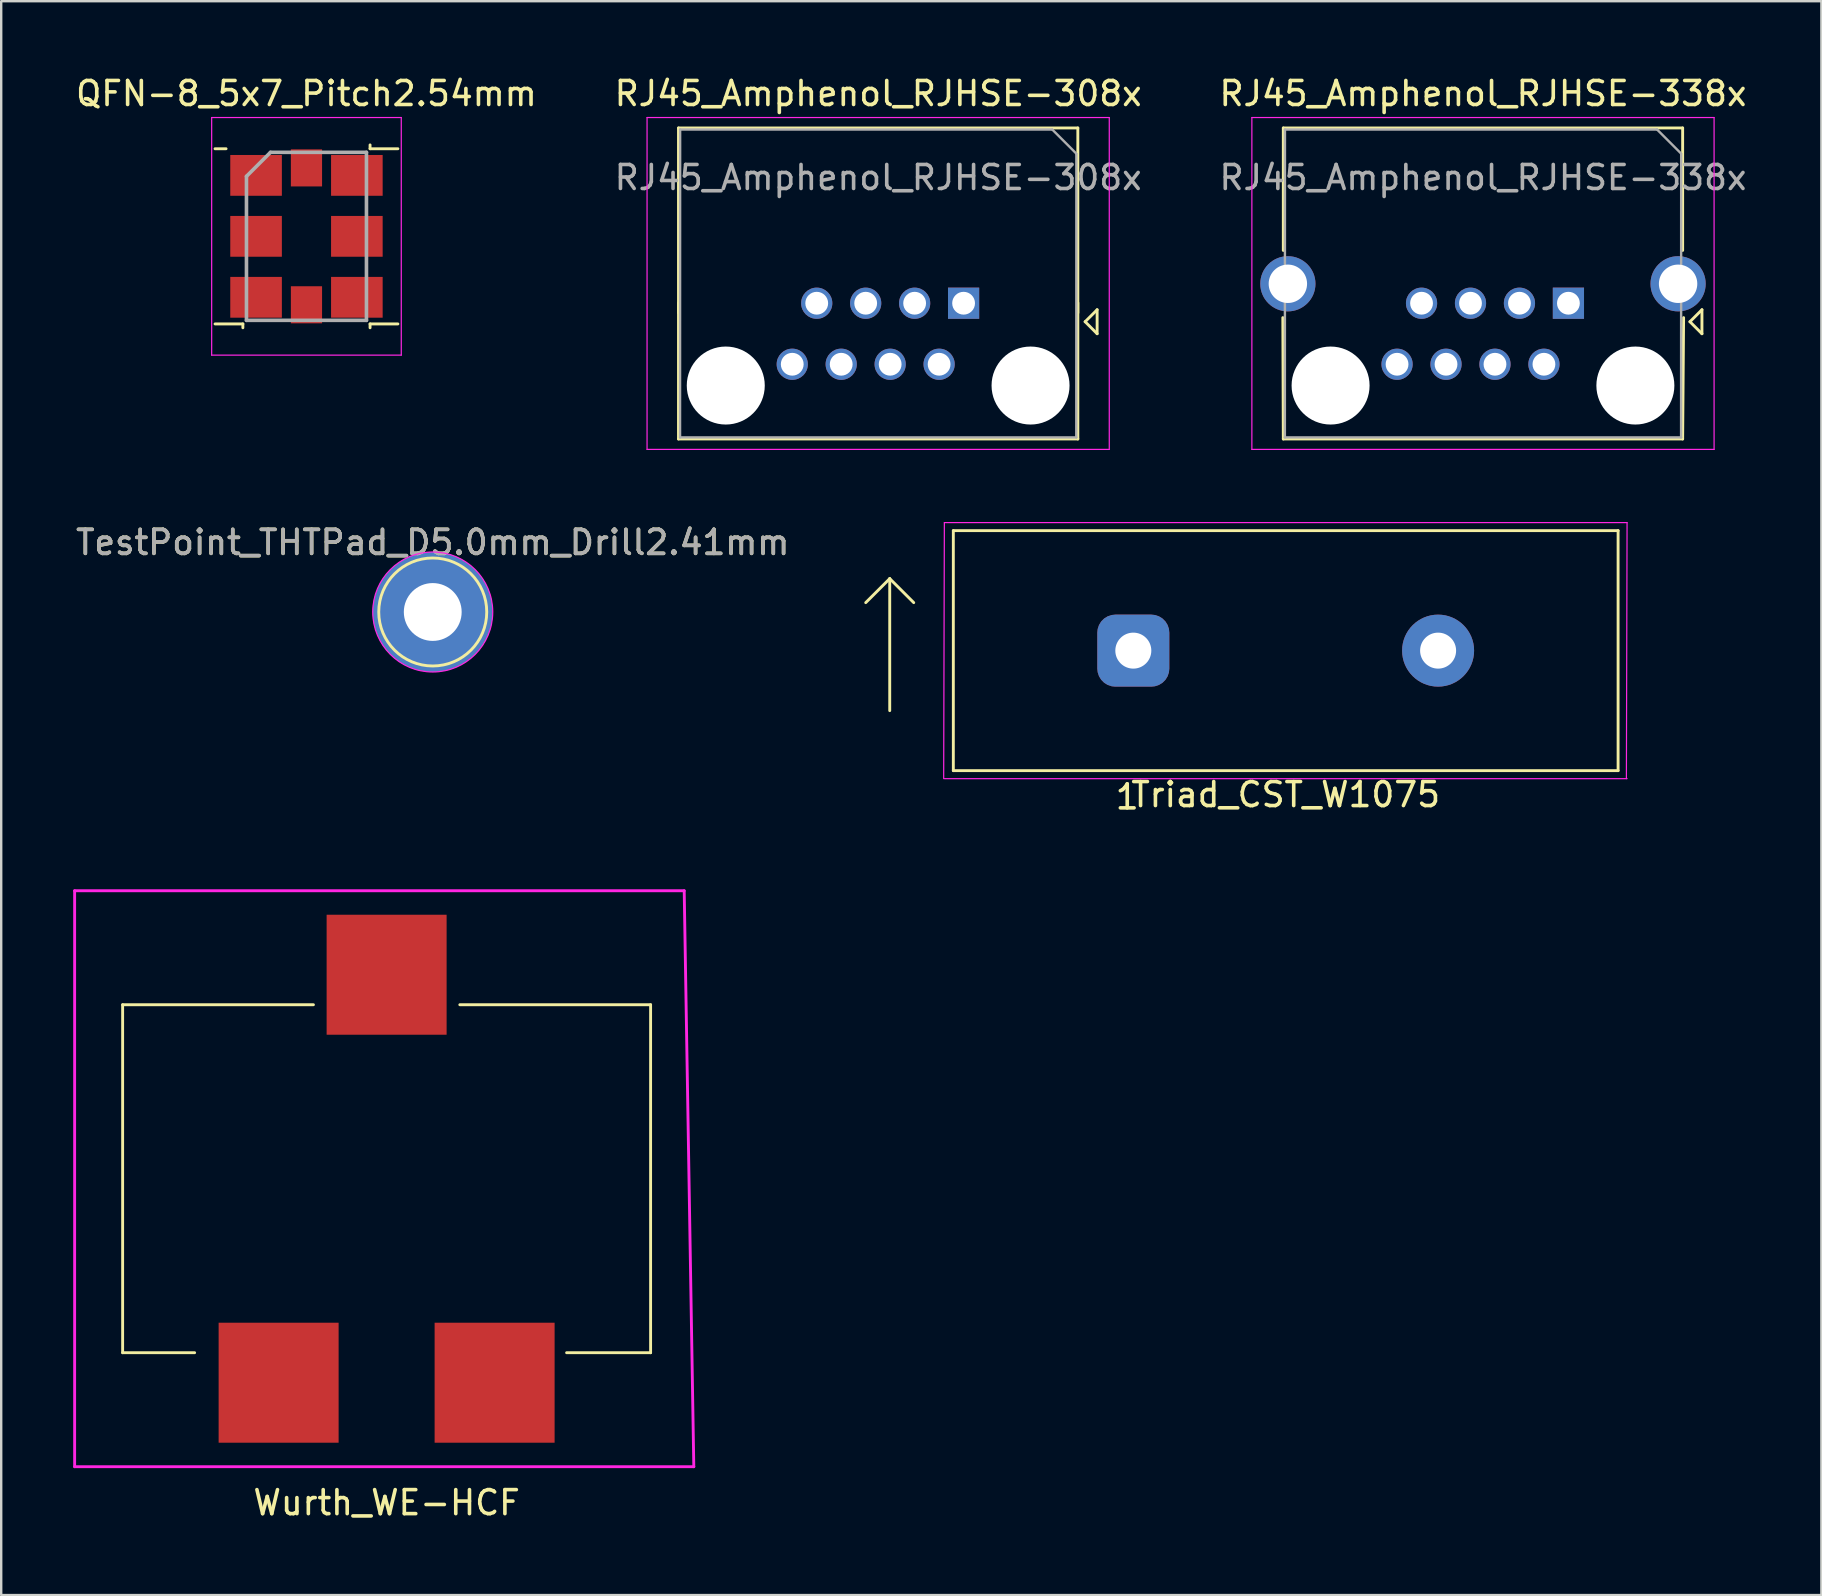
<source format=kicad_pcb>
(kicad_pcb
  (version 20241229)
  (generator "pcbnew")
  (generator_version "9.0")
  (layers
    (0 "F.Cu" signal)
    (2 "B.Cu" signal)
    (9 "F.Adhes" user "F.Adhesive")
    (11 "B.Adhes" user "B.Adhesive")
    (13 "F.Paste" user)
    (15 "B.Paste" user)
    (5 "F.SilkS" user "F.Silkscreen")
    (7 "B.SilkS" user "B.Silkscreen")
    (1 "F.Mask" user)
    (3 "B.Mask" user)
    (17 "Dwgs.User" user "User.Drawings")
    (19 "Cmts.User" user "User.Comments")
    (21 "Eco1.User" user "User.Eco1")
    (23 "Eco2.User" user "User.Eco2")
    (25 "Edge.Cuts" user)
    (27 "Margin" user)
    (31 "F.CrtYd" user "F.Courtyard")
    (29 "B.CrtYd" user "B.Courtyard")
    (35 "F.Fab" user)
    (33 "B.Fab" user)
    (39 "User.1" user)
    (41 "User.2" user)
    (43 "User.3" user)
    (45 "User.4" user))
  (footprint "QFN-8_5x7_Pitch2.54mm"
    (layer "F.Cu")
    (at 9.72 6.798)
    (property "Reference" "QFN-8_5x7_Pitch2.54mm" (at 0 -5.95 0) (layer "F.SilkS") (effects (font (size 1 1) (thickness 0.15))))
    (attr smd)
    (fp_line (start -3.81 -3.65) (end -3.35 -3.65) (stroke (width 0.12) (type solid)) (layer "F.SilkS"))
    (fp_line (start -3.81 3.65) (end -2.65 3.65) (stroke (width 0.12) (type solid)) (layer "F.SilkS"))
    (fp_line (start -2.65 3.65) (end -2.65 3.81) (stroke (width 0.12) (type solid)) (layer "F.SilkS"))
    (fp_line (start 2.65 -3.65) (end 2.65 -3.81) (stroke (width 0.12) (type solid)) (layer "F.SilkS"))
    (fp_line (start 2.65 3.65) (end 2.65 3.81) (stroke (width 0.12) (type solid)) (layer "F.SilkS"))
    (fp_line (start 3.81 -3.65) (end 2.65 -3.65) (stroke (width 0.12) (type solid)) (layer "F.SilkS"))
    (fp_line (start 3.81 3.65) (end 2.65 3.65) (stroke (width 0.12) (type solid)) (layer "F.SilkS"))
    (fp_line (start -3.95 -4.95) (end 3.95 -4.95) (stroke (width 0.05) (type solid)) (layer "F.CrtYd"))
    (fp_line (start -3.95 4.95) (end -3.95 -4.95) (stroke (width 0.05) (type solid)) (layer "F.CrtYd"))
    (fp_line (start 3.95 -4.95) (end 3.95 4.95) (stroke (width 0.05) (type solid)) (layer "F.CrtYd"))
    (fp_line (start 3.95 4.95) (end -3.95 4.95) (stroke (width 0.05) (type solid)) (layer "F.CrtYd"))
    (fp_line (start -2.5 -2.5) (end -2.5 3.5) (stroke (width 0.15) (type solid)) (layer "F.Fab"))
    (fp_line (start -2.5 3.5) (end 2.5 3.5) (stroke (width 0.15) (type solid)) (layer "F.Fab"))
    (fp_line (start -1.5 -3.5) (end -2.5 -2.5) (stroke (width 0.15) (type solid)) (layer "F.Fab"))
    (fp_line (start 2.5 -3.5) (end -1.5 -3.5) (stroke (width 0.15) (type solid)) (layer "F.Fab"))
    (fp_line (start 2.5 3.5) (end 2.5 -3.5) (stroke (width 0.15) (type solid)) (layer "F.Fab"))
    (pad "1" smd rect (at -2.1 -2.54 90) (size 1.7 2.15) (layers "F.Cu" "F.Mask" "F.Paste"))
    (pad "2" smd rect (at -2.1 0 90) (size 1.7 2.15) (layers "F.Cu" "F.Mask" "F.Paste"))
    (pad "3" smd rect (at -2.1 2.54 90) (size 1.7 2.15) (layers "F.Cu" "F.Mask" "F.Paste"))
    (pad "4" smd rect (at 2.1 2.54 90) (size 1.7 2.15) (layers "F.Cu" "F.Mask" "F.Paste"))
    (pad "5" smd rect (at 2.1 0 90) (size 1.7 2.15) (layers "F.Cu" "F.Mask" "F.Paste"))
    (pad "6" smd rect (at 2.1 -2.54 90) (size 1.7 2.15) (layers "F.Cu" "F.Mask" "F.Paste"))
    (pad "7" smd rect (at 0 -2.852 90) (size 1.545 1.3) (layers "F.Cu" "F.Mask" "F.Paste"))
    (pad "8" smd rect (at 0 2.852 90) (size 1.545 1.3) (layers "F.Cu" "F.Mask" "F.Paste")))
  (footprint "RJ45_Amphenol_RJHSE-338x"
    (layer "F.Cu")
    (at 62.304 9.585)
    (property "Reference" "RJ45_Amphenol_RJHSE-338x" (at -3.56 -8.737 0) (layer "F.SilkS") (effects (font (size 1 1) (thickness 0.15))))
    (attr through_hole)
    (fp_line (start -11.88 -7.302) (end -11.88 -2.2) (stroke (width 0.12) (type solid)) (layer "F.SilkS"))
    (fp_line (start -11.88 5.657) (end -11.9 0.6) (stroke (width 0.12) (type solid)) (layer "F.SilkS"))
    (fp_line (start 4.76 -7.302) (end -11.88 -7.302) (stroke (width 0.12) (type solid)) (layer "F.SilkS"))
    (fp_line (start 4.76 -7.302) (end 4.76 -2.2) (stroke (width 0.12) (type solid)) (layer "F.SilkS"))
    (fp_line (start 4.76 5.657) (end -11.88 5.657) (stroke (width 0.12) (type solid)) (layer "F.SilkS"))
    (fp_line (start 4.76 5.657) (end 4.8 0.6) (stroke (width 0.12) (type solid)) (layer "F.SilkS"))
    (fp_line (start 5.064 0.771) (end 5.564 1.271) (stroke (width 0.12) (type solid)) (layer "F.SilkS"))
    (fp_line (start 5.564 0.271) (end 5.064 0.771) (stroke (width 0.12) (type solid)) (layer "F.SilkS"))
    (fp_line (start 5.564 1.271) (end 5.564 0.271) (stroke (width 0.12) (type solid)) (layer "F.SilkS"))
    (fp_line (start -13.19 -7.737) (end -13.19 6.092) (stroke (width 0.05) (type solid)) (layer "F.CrtYd"))
    (fp_line (start 6.07 -7.737) (end -13.19 -7.737) (stroke (width 0.05) (type solid)) (layer "F.CrtYd"))
    (fp_line (start 6.07 -7.737) (end 6.07 6.092) (stroke (width 0.05) (type solid)) (layer "F.CrtYd"))
    (fp_line (start 6.07 6.092) (end -13.19 6.092) (stroke (width 0.05) (type solid)) (layer "F.CrtYd"))
    (fp_line (start -11.811 -7.238) (end -11.815 5.592) (stroke (width 0.1) (type solid)) (layer "F.Fab"))
    (fp_line (start 3.695 -7.237) (end -11.815 -7.237) (stroke (width 0.1) (type solid)) (layer "F.Fab"))
    (fp_line (start 4.695 -6.237) (end 3.695 -7.237) (stroke (width 0.1) (type solid)) (layer "F.Fab"))
    (fp_line (start 4.695 5.592) (end -11.815 5.592) (stroke (width 0.1) (type solid)) (layer "F.Fab"))
    (fp_line (start 4.699 -6.222) (end 4.695 5.592) (stroke (width 0.1) (type solid)) (layer "F.Fab"))
    (fp_text user "${REFERENCE}" (at -3.56 -5.237 0) (layer "F.Fab") (effects (font (size 1 1) (thickness 0.15))))
    (pad "" np_thru_hole circle (at -9.91 3.43) (size 3.25 3.25) (drill 3.25) (layers "*.Cu" "*.Mask"))
    (pad "" np_thru_hole circle (at 2.79 3.43) (size 3.25 3.25) (drill 3.25) (layers "*.Cu" "*.Mask"))
    (pad "1" thru_hole rect (at 0 0) (size 1.3 1.3) (drill 0.95) (layers "*.Cu" "*.Mask"))
    (pad "2" thru_hole circle (at -1.02 2.543) (size 1.3 1.3) (drill 0.95) (layers "*.Cu" "*.Mask"))
    (pad "3" thru_hole circle (at -2.04 0) (size 1.3 1.3) (drill 0.95) (layers "*.Cu" "*.Mask"))
    (pad "4" thru_hole circle (at -3.06 2.543) (size 1.3 1.3) (drill 0.95) (layers "*.Cu" "*.Mask"))
    (pad "5" thru_hole circle (at -4.08 0) (size 1.3 1.3) (drill 0.95) (layers "*.Cu" "*.Mask"))
    (pad "6" thru_hole circle (at -5.1 2.543) (size 1.3 1.3) (drill 0.95) (layers "*.Cu" "*.Mask"))
    (pad "7" thru_hole circle (at -6.12 0) (size 1.3 1.3) (drill 0.95) (layers "*.Cu" "*.Mask"))
    (pad "8" thru_hole circle (at -7.14 2.543) (size 1.3 1.3) (drill 0.95) (layers "*.Cu" "*.Mask"))
    (pad "SH" thru_hole circle (at -11.69 -0.81) (size 2.3 2.3) (drill 1.6) (layers "*.Cu" "*.Mask"))
    (pad "SH" thru_hole circle (at 4.57 -0.81) (size 2.3 2.3) (drill 1.6) (layers "*.Cu" "*.Mask")))
  (footprint "TestPoint_THTPad_D5.0mm_Drill2.41mm"
    (layer "F.Cu")
    (at 14.982 22.451)
    (property "Reference" "TestPoint_THTPad_D5.0mm_Drill2.41mm" (at 0 -2.898 0) (layer "F.SilkS") (effects (font (size 1 1) (thickness 0.15))))
    (attr exclude_from_pos_files exclude_from_bom)
    (fp_circle (center 0 0) (end 0 2.25) (stroke (width 0.12) (type solid)) (fill no) (layer "F.SilkS"))
    (fp_circle (center 0 0) (end 2.5 0) (stroke (width 0.05) (type solid)) (fill no) (layer "F.CrtYd"))
    (fp_text user "${REFERENCE}" (at 0 -2.9 0) (layer "F.Fab") (effects (font (size 1 1) (thickness 0.15))))
    (pad "1" thru_hole circle (at 0 0) (size 5 5) (drill 2.41) (layers "*.Cu" "*.Mask")))
  (footprint "Wurth_WE-HCF"
    (layer "F.Cu")
    (at 13.06 46.066)
    (property "Reference" "Wurth_WE-HCF" (at 0 13.5 0) (layer "F.SilkS") (effects (font (size 1 1) (thickness 0.15))))
    (attr through_hole)
    (fp_line (start -11 -7.25) (end -11 7.25) (stroke (width 0.12) (type solid)) (layer "F.SilkS"))
    (fp_line (start -11 -7.25) (end -3.05 -7.25) (stroke (width 0.12) (type solid)) (layer "F.SilkS"))
    (fp_line (start -11 7.25) (end -8 7.25) (stroke (width 0.12) (type solid)) (layer "F.SilkS"))
    (fp_line (start 3.05 -7.25) (end 11 -7.25) (stroke (width 0.12) (type solid)) (layer "F.SilkS"))
    (fp_line (start 7.5 7.25) (end 11 7.25) (stroke (width 0.12) (type solid)) (layer "F.SilkS"))
    (fp_line (start 11 -7.25) (end 11 7.25) (stroke (width 0.12) (type solid)) (layer "F.SilkS"))
    (fp_line (start -13 -12) (end -13 12) (stroke (width 0.12) (type solid)) (layer "F.CrtYd"))
    (fp_line (start -13 12) (end 12.8 12) (stroke (width 0.12) (type solid)) (layer "F.CrtYd"))
    (fp_line (start 12.4 -12) (end -13 -12) (stroke (width 0.12) (type solid)) (layer "F.CrtYd"))
    (fp_line (start 12.8 12) (end 12.4 -12) (stroke (width 0.12) (type solid)) (layer "F.CrtYd"))
    (pad "1" smd rect (at -4.5 8.5) (size 5 5) (layers "F.Cu" "F.Mask" "F.Paste"))
    (pad "2" smd rect (at 4.5 8.5) (size 5 5) (layers "F.Cu" "F.Mask" "F.Paste"))
    (pad "3" smd rect (at 0 -8.5) (size 5 5) (layers "F.Cu" "F.Mask" "F.Paste")))
  (footprint "Triad_CST_W1075"
    (layer "F.Cu")
    (at 50.524 24.061)
    (property "Reference" "Triad_CST_W1075" (at 0 6 0) (layer "F.SilkS") (effects (font (size 1 1) (thickness 0.15))))
    (attr through_hole)
    (fp_line (start -16.5 -3) (end -17.5 -2) (stroke (width 0.12) (type solid)) (layer "F.SilkS"))
    (fp_line (start -16.5 -3) (end -15.5 -2) (stroke (width 0.12) (type solid)) (layer "F.SilkS"))
    (fp_line (start -16.5 2.5) (end -16.5 -3) (stroke (width 0.12) (type solid)) (layer "F.SilkS"))
    (fp_line (start -13.85 -5) (end 13.85 -5) (stroke (width 0.12) (type solid)) (layer "F.SilkS"))
    (fp_line (start -13.85 5) (end -13.85 -5) (stroke (width 0.12) (type solid)) (layer "F.SilkS"))
    (fp_line (start 13.85 -5) (end 13.85 5) (stroke (width 0.12) (type solid)) (layer "F.SilkS"))
    (fp_line (start 13.85 5) (end -13.85 5) (stroke (width 0.12) (type solid)) (layer "F.SilkS"))
    (fp_line (start -14.224 -5.334) (end -14.252 5.334) (stroke (width 0.05) (type solid)) (layer "F.CrtYd"))
    (fp_line (start -14.224 -5.334) (end 14.224 -5.334) (stroke (width 0.05) (type solid)) (layer "F.CrtYd"))
    (fp_line (start -14.224 5.334) (end 14.224 5.334) (stroke (width 0.05) (type solid)) (layer "F.CrtYd"))
    (fp_line (start 14.224 -5.334) (end 14.196 5.334) (stroke (width 0.05) (type solid)) (layer "F.CrtYd"))
    (fp_text user "1" (at -6.604 6.096 0) (layer "F.SilkS") (effects (font (size 1 1) (thickness 0.15))))
    (pad "1" thru_hole roundrect (at -6.35 0) (size 3 3) (drill 1.5) (layers "*.Cu" "*.Mask") (roundrect_rratio 0.25))
    (pad "2" thru_hole circle (at 6.35 0) (size 3 3) (drill 1.5) (layers "*.Cu" "*.Mask")))
  (footprint "RJ45_Amphenol_RJHSE-308x"
    (layer "F.Cu")
    (at 37.102 9.585)
    (property "Reference" "RJ45_Amphenol_RJHSE-308x" (at -3.56 -8.737 0) (layer "F.SilkS") (effects (font (size 1 1) (thickness 0.15))))
    (attr through_hole)
    (fp_line (start -11.88 -7.302) (end -11.88 0.403) (stroke (width 0.12) (type solid)) (layer "F.SilkS"))
    (fp_line (start -11.88 5.657) (end -11.88 -0.018) (stroke (width 0.12) (type solid)) (layer "F.SilkS"))
    (fp_line (start 4.76 -7.302) (end -11.88 -7.302) (stroke (width 0.12) (type solid)) (layer "F.SilkS"))
    (fp_line (start 4.76 -7.302) (end 4.76 0.403) (stroke (width 0.12) (type solid)) (layer "F.SilkS"))
    (fp_line (start 4.76 5.657) (end -11.88 5.657) (stroke (width 0.12) (type solid)) (layer "F.SilkS"))
    (fp_line (start 4.76 5.657) (end 4.76 -0.018) (stroke (width 0.12) (type solid)) (layer "F.SilkS"))
    (fp_line (start 5.064 0.771) (end 5.564 1.271) (stroke (width 0.12) (type solid)) (layer "F.SilkS"))
    (fp_line (start 5.564 0.271) (end 5.064 0.771) (stroke (width 0.12) (type solid)) (layer "F.SilkS"))
    (fp_line (start 5.564 1.271) (end 5.564 0.271) (stroke (width 0.12) (type solid)) (layer "F.SilkS"))
    (fp_line (start -13.19 -7.737) (end -13.19 6.092) (stroke (width 0.05) (type solid)) (layer "F.CrtYd"))
    (fp_line (start 6.07 -7.737) (end -13.19 -7.737) (stroke (width 0.05) (type solid)) (layer "F.CrtYd"))
    (fp_line (start 6.07 -7.737) (end 6.07 6.092) (stroke (width 0.05) (type solid)) (layer "F.CrtYd"))
    (fp_line (start 6.07 6.092) (end -13.19 6.092) (stroke (width 0.05) (type solid)) (layer "F.CrtYd"))
    (fp_line (start -11.811 -7.238) (end -11.815 5.592) (stroke (width 0.1) (type solid)) (layer "F.Fab"))
    (fp_line (start 3.695 -7.237) (end -11.815 -7.237) (stroke (width 0.1) (type solid)) (layer "F.Fab"))
    (fp_line (start 4.695 -6.237) (end 3.695 -7.237) (stroke (width 0.1) (type solid)) (layer "F.Fab"))
    (fp_line (start 4.695 5.592) (end -11.815 5.592) (stroke (width 0.1) (type solid)) (layer "F.Fab"))
    (fp_line (start 4.699 -6.222) (end 4.695 5.592) (stroke (width 0.1) (type solid)) (layer "F.Fab"))
    (fp_text user "${REFERENCE}" (at -3.56 -5.237 0) (layer "F.Fab") (effects (font (size 1 1) (thickness 0.15))))
    (pad "" np_thru_hole circle (at -9.91 3.43) (size 3.25 3.25) (drill 3.25) (layers "*.Cu" "*.Mask"))
    (pad "" np_thru_hole circle (at 2.79 3.43) (size 3.25 3.25) (drill 3.25) (layers "*.Cu" "*.Mask"))
    (pad "1" thru_hole rect (at 0 0) (size 1.3 1.3) (drill 0.95) (layers "*.Cu" "*.Mask"))
    (pad "2" thru_hole circle (at -1.02 2.543) (size 1.3 1.3) (drill 0.95) (layers "*.Cu" "*.Mask"))
    (pad "3" thru_hole circle (at -2.04 0) (size 1.3 1.3) (drill 0.95) (layers "*.Cu" "*.Mask"))
    (pad "4" thru_hole circle (at -3.06 2.543) (size 1.3 1.3) (drill 0.95) (layers "*.Cu" "*.Mask"))
    (pad "5" thru_hole circle (at -4.08 0) (size 1.3 1.3) (drill 0.95) (layers "*.Cu" "*.Mask"))
    (pad "6" thru_hole circle (at -5.1 2.543) (size 1.3 1.3) (drill 0.95) (layers "*.Cu" "*.Mask"))
    (pad "7" thru_hole circle (at -6.12 0) (size 1.3 1.3) (drill 0.95) (layers "*.Cu" "*.Mask"))
    (pad "8" thru_hole circle (at -7.14 2.543) (size 1.3 1.3) (drill 0.95) (layers "*.Cu" "*.Mask")))
  (gr_rect
    (start -3 -3)
    (end 72.845 63.414)
    (stroke (width 0.1) (type default))
    (fill no)
    (layer "Edge.Cuts")))
</source>
